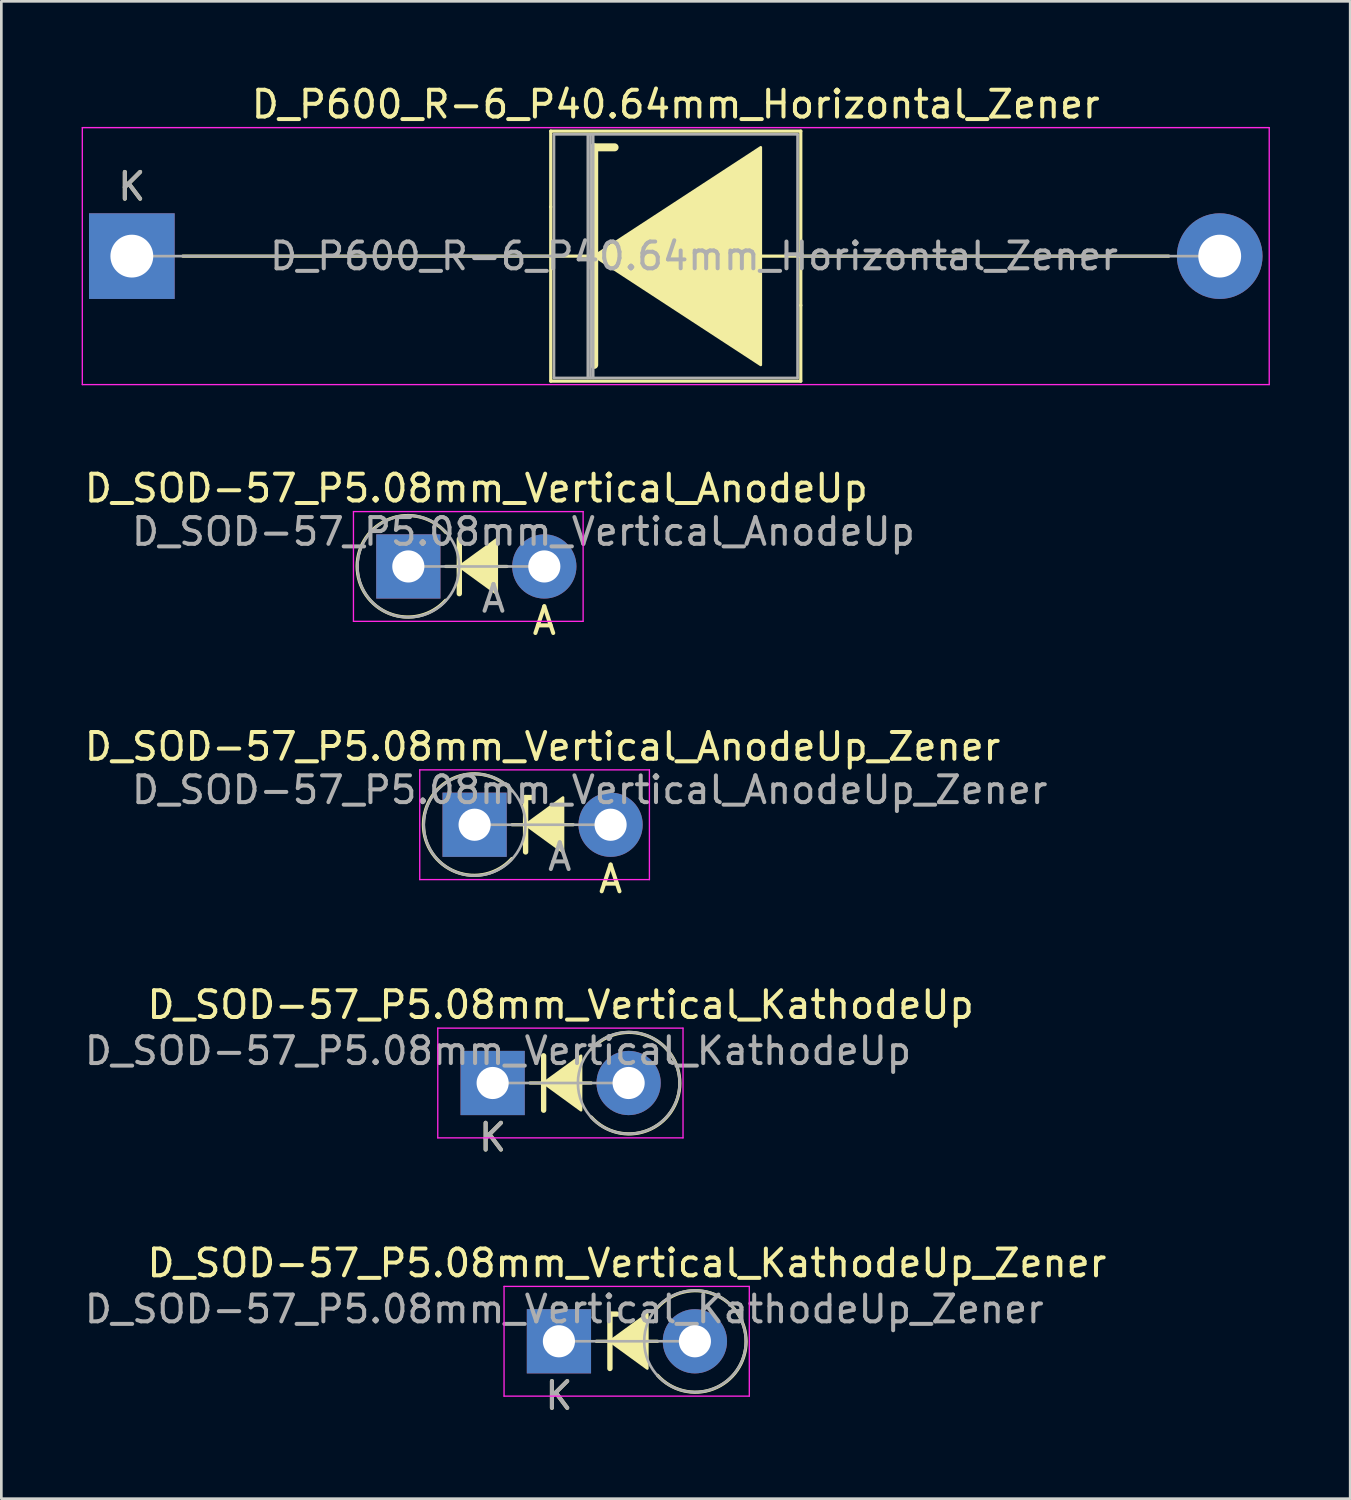
<source format=kicad_pcb>
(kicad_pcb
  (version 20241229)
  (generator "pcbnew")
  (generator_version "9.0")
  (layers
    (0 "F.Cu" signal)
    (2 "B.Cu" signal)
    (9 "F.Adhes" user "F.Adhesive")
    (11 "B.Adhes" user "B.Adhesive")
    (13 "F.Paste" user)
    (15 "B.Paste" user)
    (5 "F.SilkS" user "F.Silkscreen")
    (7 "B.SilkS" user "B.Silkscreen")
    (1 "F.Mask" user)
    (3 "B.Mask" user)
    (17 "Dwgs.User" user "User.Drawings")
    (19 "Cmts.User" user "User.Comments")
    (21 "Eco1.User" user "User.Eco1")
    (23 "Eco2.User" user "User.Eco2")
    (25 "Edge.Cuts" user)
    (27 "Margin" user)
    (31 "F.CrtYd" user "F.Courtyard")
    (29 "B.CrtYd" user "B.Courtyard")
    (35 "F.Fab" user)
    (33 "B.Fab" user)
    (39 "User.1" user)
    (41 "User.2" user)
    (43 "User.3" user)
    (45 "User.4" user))
  (footprint "D_SOD-57_P5.08mm_Vertical_KathodeUp_Zener"
    (layer "F.Cu")
    (at 17.83 47.057)
    (property "Reference" "D_SOD-57_P5.08mm_Vertical_KathodeUp_Zener" (at 2.54 -2.92 0) (layer "F.SilkS") (effects (font (size 1 1) (thickness 0.15))))
    (attr through_hole)
    (fp_line (start 1.397 0) (end 2.413 0) (stroke (width 0.12) (type solid)) (layer "F.SilkS"))
    (fp_line (start 1.905 -1.016) (end 1.905 1.016) (stroke (width 0.2) (type solid)) (layer "F.SilkS"))
    (fp_line (start 1.905 -1.016) (end 2.159 -1.016) (stroke (width 0.2) (type solid)) (layer "F.SilkS"))
    (fp_line (start 1.92 0) (end 3.683 0) (stroke (width 0.12) (type solid)) (layer "F.SilkS"))
    (fp_arc (start 3.688678 -1.264874) (mid 6.992067 0.009969) (end 3.683 1.27) (stroke (width 0.12) (type solid)) (layer "F.SilkS"))
    (fp_poly (pts (xy 3.302 1.016) (xy 1.905 0) (xy 3.302 -1.016)) (stroke (width 0.1) (type solid)) (fill yes) (layer "F.SilkS"))
    (fp_line (start -2.05 -2.05) (end -2.05 2.05) (stroke (width 0.05) (type solid)) (layer "F.CrtYd"))
    (fp_line (start -2.05 2.05) (end 7.112 2.05) (stroke (width 0.05) (type solid)) (layer "F.CrtYd"))
    (fp_line (start 7.112 -2.05) (end -2.05 -2.05) (stroke (width 0.05) (type solid)) (layer "F.CrtYd"))
    (fp_line (start 7.112 2.05) (end 7.112 -2.05) (stroke (width 0.05) (type solid)) (layer "F.CrtYd"))
    (fp_line (start 0 0) (end 5.08 0) (stroke (width 0.1) (type solid)) (layer "F.Fab"))
    (fp_circle (center 5.085 0) (end 6.985 0) (stroke (width 0.1) (type solid)) (fill no) (layer "F.Fab"))
    (fp_text user "K" (at 0 2.032 0) (layer "F.SilkS") (effects (font (size 1 1) (thickness 0.15))))
    (fp_text user "${REFERENCE}" (at 0.2 -1.2 0) (layer "F.Fab") (effects (font (size 1 1) (thickness 0.15))))
    (fp_text user "K" (at 0 2.032 0) (layer "F.Fab") (effects (font (size 1 1) (thickness 0.15))))
    (pad "1" thru_hole rect (at 0 0) (size 2.4 2.4) (drill 1.2) (layers "*.Cu" "*.Mask"))
    (pad "2" thru_hole oval (at 5.08 0) (size 2.4 2.4) (drill 1.2) (layers "*.Cu" "*.Mask")))
  (footprint "D_P600_R-6_P40.64mm_Horizontal_Zener"
    (layer "F.Cu")
    (at 1.875 6.518)
    (property "Reference" "D_P600_R-6_P40.64mm_Horizontal_Zener" (at 20.32 -5.67 0) (layer "F.SilkS") (effects (font (size 1 1) (thickness 0.15))))
    (attr through_hole)
    (fp_line (start 15.65 -4.67) (end 24.99 -4.67) (stroke (width 0.12) (type solid)) (layer "F.SilkS"))
    (fp_line (start 15.65 -1.84) (end 15.65 -4.67) (stroke (width 0.12) (type solid)) (layer "F.SilkS"))
    (fp_line (start 15.65 -1.84) (end 15.65 4.67) (stroke (width 0.12) (type solid)) (layer "F.SilkS"))
    (fp_line (start 15.65 4.67) (end 24.99 4.67) (stroke (width 0.12) (type solid)) (layer "F.SilkS"))
    (fp_line (start 17.145 0) (end 1.905 0) (stroke (width 0.12) (type solid)) (layer "F.SilkS"))
    (fp_line (start 17.272 -4.064) (end 17.272 4.064) (stroke (width 0.3) (type solid)) (layer "F.SilkS"))
    (fp_line (start 17.272 -4.064) (end 18.034 -4.064) (stroke (width 0.3) (type solid)) (layer "F.SilkS"))
    (fp_line (start 23.368 0) (end 38.735 0) (stroke (width 0.12) (type solid)) (layer "F.SilkS"))
    (fp_line (start 24.99 -4.67) (end 24.99 1.84) (stroke (width 0.12) (type solid)) (layer "F.SilkS"))
    (fp_line (start 24.99 4.67) (end 24.99 1.84) (stroke (width 0.12) (type solid)) (layer "F.SilkS"))
    (fp_poly (pts (xy 23.495 4.064) (xy 17.272 0) (xy 23.495 -4.064)) (stroke (width 0.1) (type solid)) (fill yes) (layer "F.SilkS"))
    (fp_line (start -1.85 -4.8) (end -1.85 4.8) (stroke (width 0.05) (type solid)) (layer "F.CrtYd"))
    (fp_line (start -1.85 4.8) (end 42.49 4.8) (stroke (width 0.05) (type solid)) (layer "F.CrtYd"))
    (fp_line (start 42.49 -4.8) (end -1.85 -4.8) (stroke (width 0.05) (type solid)) (layer "F.CrtYd"))
    (fp_line (start 42.49 4.8) (end 42.49 -4.8) (stroke (width 0.05) (type solid)) (layer "F.CrtYd"))
    (fp_line (start 0 0) (end 15.77 0) (stroke (width 0.1) (type solid)) (layer "F.Fab"))
    (fp_line (start 15.77 -4.55) (end 15.77 4.55) (stroke (width 0.1) (type solid)) (layer "F.Fab"))
    (fp_line (start 15.77 4.55) (end 24.87 4.55) (stroke (width 0.1) (type solid)) (layer "F.Fab"))
    (fp_line (start 17.035 -4.55) (end 17.035 4.55) (stroke (width 0.1) (type solid)) (layer "F.Fab"))
    (fp_line (start 17.135 -4.55) (end 17.135 4.55) (stroke (width 0.1) (type solid)) (layer "F.Fab"))
    (fp_line (start 17.235 -4.55) (end 17.235 4.55) (stroke (width 0.1) (type solid)) (layer "F.Fab"))
    (fp_line (start 24.87 -4.55) (end 15.77 -4.55) (stroke (width 0.1) (type solid)) (layer "F.Fab"))
    (fp_line (start 24.87 4.55) (end 24.87 -4.55) (stroke (width 0.1) (type solid)) (layer "F.Fab"))
    (fp_line (start 40.64 0) (end 24.87 0) (stroke (width 0.1) (type solid)) (layer "F.Fab"))
    (fp_text user "K" (at 0 -2.6 0) (layer "F.SilkS") (effects (font (size 1 1) (thickness 0.15))))
    (fp_text user "K" (at 0 -2.6 0) (layer "F.Fab") (effects (font (size 1 1) (thickness 0.15))))
    (fp_text user "${REFERENCE}" (at 21.003 0 0) (layer "F.Fab") (effects (font (size 1 1) (thickness 0.15))))
    (pad "1" thru_hole rect (at 0 0) (size 3.2 3.2) (drill 1.6) (layers "*.Cu" "*.Mask"))
    (pad "2" thru_hole oval (at 40.64 0) (size 3.2 3.2) (drill 1.6) (layers "*.Cu" "*.Mask")))
  (footprint "D_SOD-57_P5.08mm_Vertical_AnodeUp"
    (layer "F.Cu")
    (at 12.204 18.111)
    (property "Reference" "D_SOD-57_P5.08mm_Vertical_AnodeUp" (at 2.54 -2.92 0) (layer "F.SilkS") (effects (font (size 1 1) (thickness 0.15))))
    (attr through_hole)
    (fp_line (start 1.397 0) (end 2.413 0) (stroke (width 0.12) (type solid)) (layer "F.SilkS"))
    (fp_line (start 1.905 -1.016) (end 1.905 1.016) (stroke (width 0.2) (type solid)) (layer "F.SilkS"))
    (fp_line (start 1.92 0) (end 3.683 0) (stroke (width 0.12) (type solid)) (layer "F.SilkS"))
    (fp_arc (start 1.391322 1.264874) (mid -1.912067 -0.009969) (end 1.397 -1.27) (stroke (width 0.12) (type solid)) (layer "F.SilkS"))
    (fp_poly (pts (xy 3.302 1.016) (xy 1.905 0) (xy 3.302 -1.016)) (stroke (width 0.1) (type solid)) (fill yes) (layer "F.SilkS"))
    (fp_line (start -2.05 -2.05) (end -2.05 2.05) (stroke (width 0.05) (type solid)) (layer "F.CrtYd"))
    (fp_line (start -2.05 2.05) (end 6.53 2.05) (stroke (width 0.05) (type solid)) (layer "F.CrtYd"))
    (fp_line (start 6.53 -2.05) (end -2.05 -2.05) (stroke (width 0.05) (type solid)) (layer "F.CrtYd"))
    (fp_line (start 6.53 2.05) (end 6.53 -2.05) (stroke (width 0.05) (type solid)) (layer "F.CrtYd"))
    (fp_line (start 0 0) (end 5.08 0) (stroke (width 0.1) (type solid)) (layer "F.Fab"))
    (fp_circle (center 0 0) (end 1.9 0) (stroke (width 0.1) (type solid)) (fill no) (layer "F.Fab"))
    (fp_text user "A" (at 5.08 2.032 0) (layer "F.SilkS") (effects (font (size 1 1) (thickness 0.15))))
    (fp_text user "${REFERENCE}" (at 4.3 -1.3 0) (layer "F.Fab") (effects (font (size 1 1) (thickness 0.15))))
    (fp_text user "A" (at 3.18 1.2 0) (layer "F.Fab") (effects (font (size 1 1) (thickness 0.15))))
    (pad "1" thru_hole rect (at 0 0) (size 2.4 2.4) (drill 1.2) (layers "*.Cu" "*.Mask"))
    (pad "2" thru_hole oval (at 5.08 0) (size 2.4 2.4) (drill 1.2) (layers "*.Cu" "*.Mask")))
  (footprint "D_SOD-57_P5.08mm_Vertical_KathodeUp"
    (layer "F.Cu")
    (at 15.354 37.408)
    (property "Reference" "D_SOD-57_P5.08mm_Vertical_KathodeUp" (at 2.54 -2.92 0) (layer "F.SilkS") (effects (font (size 1 1) (thickness 0.15))))
    (attr through_hole)
    (fp_line (start 1.397 0) (end 2.413 0) (stroke (width 0.12) (type solid)) (layer "F.SilkS"))
    (fp_line (start 1.905 -1.016) (end 1.905 1.016) (stroke (width 0.2) (type solid)) (layer "F.SilkS"))
    (fp_line (start 1.92 0) (end 3.683 0) (stroke (width 0.12) (type solid)) (layer "F.SilkS"))
    (fp_arc (start 3.688678 -1.264874) (mid 6.992067 0.009969) (end 3.683 1.27) (stroke (width 0.12) (type solid)) (layer "F.SilkS"))
    (fp_poly (pts (xy 3.302 1.016) (xy 1.905 0) (xy 3.302 -1.016)) (stroke (width 0.1) (type solid)) (fill yes) (layer "F.SilkS"))
    (fp_line (start -2.05 -2.05) (end -2.05 2.05) (stroke (width 0.05) (type solid)) (layer "F.CrtYd"))
    (fp_line (start -2.05 2.05) (end 7.112 2.05) (stroke (width 0.05) (type solid)) (layer "F.CrtYd"))
    (fp_line (start 7.112 -2.05) (end -2.05 -2.05) (stroke (width 0.05) (type solid)) (layer "F.CrtYd"))
    (fp_line (start 7.112 2.05) (end 7.112 -2.05) (stroke (width 0.05) (type solid)) (layer "F.CrtYd"))
    (fp_line (start 0 0) (end 5.08 0) (stroke (width 0.1) (type solid)) (layer "F.Fab"))
    (fp_circle (center 5.085 0) (end 6.985 0) (stroke (width 0.1) (type solid)) (fill no) (layer "F.Fab"))
    (fp_text user "K" (at 0 2.032 0) (layer "F.SilkS") (effects (font (size 1 1) (thickness 0.15))))
    (fp_text user "${REFERENCE}" (at 0.2 -1.2 0) (layer "F.Fab") (effects (font (size 1 1) (thickness 0.15))))
    (fp_text user "K" (at 0 2.032 0) (layer "F.Fab") (effects (font (size 1 1) (thickness 0.15))))
    (pad "1" thru_hole rect (at 0 0) (size 2.4 2.4) (drill 1.2) (layers "*.Cu" "*.Mask"))
    (pad "2" thru_hole oval (at 5.08 0) (size 2.4 2.4) (drill 1.2) (layers "*.Cu" "*.Mask")))
  (footprint "D_SOD-57_P5.08mm_Vertical_AnodeUp_Zener"
    (layer "F.Cu")
    (at 14.68 27.76)
    (property "Reference" "D_SOD-57_P5.08mm_Vertical_AnodeUp_Zener" (at 2.54 -2.92 0) (layer "F.SilkS") (effects (font (size 1 1) (thickness 0.15))))
    (attr through_hole)
    (fp_line (start 1.397 0) (end 2.413 0) (stroke (width 0.12) (type solid)) (layer "F.SilkS"))
    (fp_line (start 1.905 -1.016) (end 1.905 1.016) (stroke (width 0.2) (type solid)) (layer "F.SilkS"))
    (fp_line (start 1.905 -1.016) (end 2.159 -1.016) (stroke (width 0.2) (type solid)) (layer "F.SilkS"))
    (fp_line (start 1.92 0) (end 3.683 0) (stroke (width 0.12) (type solid)) (layer "F.SilkS"))
    (fp_arc (start 1.391322 1.264874) (mid -1.912067 -0.009969) (end 1.397 -1.27) (stroke (width 0.12) (type solid)) (layer "F.SilkS"))
    (fp_poly (pts (xy 3.302 1.016) (xy 1.905 0) (xy 3.302 -1.016)) (stroke (width 0.1) (type solid)) (fill yes) (layer "F.SilkS"))
    (fp_line (start -2.05 -2.05) (end -2.05 2.05) (stroke (width 0.05) (type solid)) (layer "F.CrtYd"))
    (fp_line (start -2.05 2.05) (end 6.53 2.05) (stroke (width 0.05) (type solid)) (layer "F.CrtYd"))
    (fp_line (start 6.53 -2.05) (end -2.05 -2.05) (stroke (width 0.05) (type solid)) (layer "F.CrtYd"))
    (fp_line (start 6.53 2.05) (end 6.53 -2.05) (stroke (width 0.05) (type solid)) (layer "F.CrtYd"))
    (fp_line (start 0 0) (end 5.08 0) (stroke (width 0.1) (type solid)) (layer "F.Fab"))
    (fp_circle (center 0 0) (end 1.9 0) (stroke (width 0.1) (type solid)) (fill no) (layer "F.Fab"))
    (fp_text user "A" (at 5.08 2.032 0) (layer "F.SilkS") (effects (font (size 1 1) (thickness 0.15))))
    (fp_text user "A" (at 3.18 1.2 0) (layer "F.Fab") (effects (font (size 1 1) (thickness 0.15))))
    (fp_text user "${REFERENCE}" (at 4.3 -1.3 0) (layer "F.Fab") (effects (font (size 1 1) (thickness 0.15))))
    (pad "1" thru_hole rect (at 0 0) (size 2.4 2.4) (drill 1.2) (layers "*.Cu" "*.Mask"))
    (pad "2" thru_hole oval (at 5.08 0) (size 2.4 2.4) (drill 1.2) (layers "*.Cu" "*.Mask")))
  (gr_rect
    (start -3 -3)
    (end 47.39 52.937)
    (stroke (width 0.1) (type default))
    (fill no)
    (layer "Edge.Cuts")))
</source>
